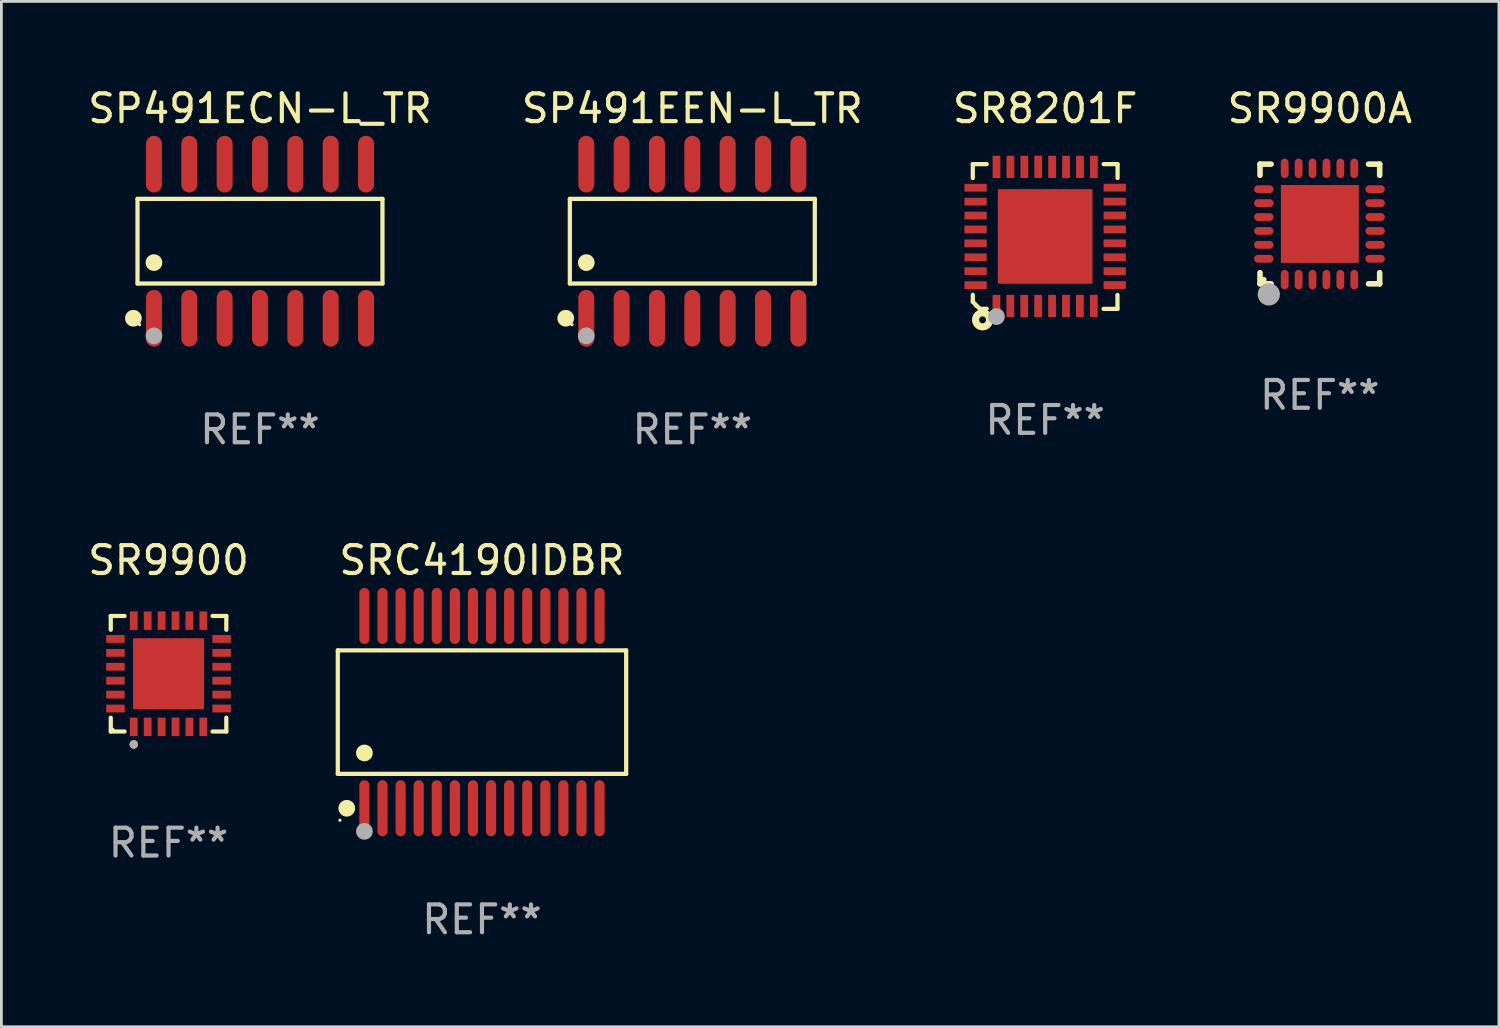
<source format=kicad_pcb>
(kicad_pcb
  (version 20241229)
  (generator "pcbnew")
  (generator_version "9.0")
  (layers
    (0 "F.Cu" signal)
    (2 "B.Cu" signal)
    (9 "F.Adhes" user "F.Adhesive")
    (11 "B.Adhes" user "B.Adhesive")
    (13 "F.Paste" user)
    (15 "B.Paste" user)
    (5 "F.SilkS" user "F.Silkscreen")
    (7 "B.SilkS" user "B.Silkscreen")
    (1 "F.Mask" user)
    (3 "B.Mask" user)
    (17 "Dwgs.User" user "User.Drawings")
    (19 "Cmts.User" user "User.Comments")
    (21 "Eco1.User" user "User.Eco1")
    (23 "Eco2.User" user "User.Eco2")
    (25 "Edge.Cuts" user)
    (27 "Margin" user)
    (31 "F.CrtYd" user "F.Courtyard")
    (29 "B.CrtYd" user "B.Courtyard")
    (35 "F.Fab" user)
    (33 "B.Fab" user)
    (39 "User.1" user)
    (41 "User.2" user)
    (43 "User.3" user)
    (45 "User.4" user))
  (footprint "SP491ECN-L_TR"
    (layer "F.Cu")
    (at 6.292 5.617)
    (property "Reference" "SP491ECN-L_TR" (at 0 -4.769 0) (layer "F.SilkS") (effects (font (size 1 1) (thickness 0.15))))
    (attr through_hole)
    (fp_line (start -4.401 -1.521) (end 4.401 -1.521) (stroke (width 0.152) (type solid)) (layer "F.SilkS"))
    (fp_line (start -4.401 1.521) (end -4.401 -1.521) (stroke (width 0.152) (type solid)) (layer "F.SilkS"))
    (fp_line (start 4.401 -1.521) (end 4.401 1.521) (stroke (width 0.152) (type solid)) (layer "F.SilkS"))
    (fp_line (start 4.401 1.521) (end -4.401 1.521) (stroke (width 0.152) (type solid)) (layer "F.SilkS"))
    (fp_circle (center -4.549 2.769) (end -4.399 2.769) (stroke (width 0.3) (type solid)) (fill no) (layer "F.SilkS"))
    (fp_circle (center -4.325 3) (end -4.295 3) (stroke (width 0.06) (type solid)) (fill no) (layer "F.SilkS"))
    (fp_circle (center -3.81 0.769) (end -3.66 0.769) (stroke (width 0.3) (type solid)) (fill no) (layer "F.SilkS"))
    (fp_circle (center -3.81 3.4) (end -3.66 3.4) (stroke (width 0.3) (type solid)) (fill no) (layer "F.Fab"))
    (fp_text user "REF**" (at 0 6.769 0) (layer "F.Fab") (effects (font (size 1 1) (thickness 0.15))))
    (pad "1" smd oval (at -3.81 2.769) (size 0.574 2.038) (layers "F.Cu" "F.Mask" "F.Paste"))
    (pad "2" smd oval (at -2.54 2.769) (size 0.574 2.038) (layers "F.Cu" "F.Mask" "F.Paste"))
    (pad "3" smd oval (at -1.27 2.769) (size 0.574 2.038) (layers "F.Cu" "F.Mask" "F.Paste"))
    (pad "4" smd oval (at 0 2.769) (size 0.574 2.038) (layers "F.Cu" "F.Mask" "F.Paste"))
    (pad "5" smd oval (at 1.27 2.769) (size 0.574 2.038) (layers "F.Cu" "F.Mask" "F.Paste"))
    (pad "6" smd oval (at 2.54 2.769) (size 0.574 2.038) (layers "F.Cu" "F.Mask" "F.Paste"))
    (pad "7" smd oval (at 3.81 2.769) (size 0.574 2.038) (layers "F.Cu" "F.Mask" "F.Paste"))
    (pad "8" smd oval (at 3.81 -2.769) (size 0.574 2.038) (layers "F.Cu" "F.Mask" "F.Paste"))
    (pad "9" smd oval (at 2.54 -2.769) (size 0.574 2.038) (layers "F.Cu" "F.Mask" "F.Paste"))
    (pad "10" smd oval (at 1.27 -2.769) (size 0.574 2.038) (layers "F.Cu" "F.Mask" "F.Paste"))
    (pad "11" smd oval (at 0 -2.769) (size 0.574 2.038) (layers "F.Cu" "F.Mask" "F.Paste"))
    (pad "12" smd oval (at -1.27 -2.769) (size 0.574 2.038) (layers "F.Cu" "F.Mask" "F.Paste"))
    (pad "13" smd oval (at -2.54 -2.769) (size 0.574 2.038) (layers "F.Cu" "F.Mask" "F.Paste"))
    (pad "14" smd oval (at -3.81 -2.769) (size 0.574 2.038) (layers "F.Cu" "F.Mask" "F.Paste")))
  (footprint "SR9900A"
    (layer "F.Cu")
    (at 44.375 4.998)
    (property "Reference" "SR9900A" (at 0 -4.15 0) (layer "F.SilkS") (effects (font (size 1 1) (thickness 0.15))))
    (attr through_hole)
    (fp_line (start -2.15 -2.15) (end -1.75 -2.15) (stroke (width 0.2) (type solid)) (layer "F.SilkS"))
    (fp_line (start -2.15 -1.75) (end -2.15 -2.15) (stroke (width 0.2) (type solid)) (layer "F.SilkS"))
    (fp_line (start -2.15 2.15) (end -2.15 1.75) (stroke (width 0.2) (type solid)) (layer "F.SilkS"))
    (fp_line (start -1.75 2.15) (end -2.15 2.15) (stroke (width 0.2) (type solid)) (layer "F.SilkS"))
    (fp_line (start 2.15 -2.15) (end 1.75 -2.15) (stroke (width 0.2) (type solid)) (layer "F.SilkS"))
    (fp_line (start 2.15 -1.75) (end 2.15 -2.15) (stroke (width 0.2) (type solid)) (layer "F.SilkS"))
    (fp_line (start 2.15 1.75) (end 2.15 2.15) (stroke (width 0.2) (type solid)) (layer "F.SilkS"))
    (fp_line (start 2.15 2.15) (end 1.75 2.15) (stroke (width 0.2) (type solid)) (layer "F.SilkS"))
    (fp_circle (center -2.013 2) (end -1.963 2) (stroke (width 0.1) (type solid)) (fill no) (layer "F.SilkS"))
    (fp_circle (center -1.833 2.53) (end -1.633 2.53) (stroke (width 0.4) (type solid)) (fill no) (layer "F.Fab"))
    (fp_text user "REF**" (at 0 6.15 0) (layer "F.Fab") (effects (font (size 1 1) (thickness 0.15))))
    (pad "1" smd oval (at -1.263 2 180) (size 0.28 0.7) (layers "F.Cu" "F.Mask" "F.Paste"))
    (pad "2" smd oval (at -0.763 2 180) (size 0.28 0.7) (layers "F.Cu" "F.Mask" "F.Paste"))
    (pad "3" smd oval (at -0.263 2 180) (size 0.28 0.7) (layers "F.Cu" "F.Mask" "F.Paste"))
    (pad "4" smd oval (at 0.237 2 180) (size 0.28 0.7) (layers "F.Cu" "F.Mask" "F.Paste"))
    (pad "5" smd oval (at 0.737 2 180) (size 0.28 0.7) (layers "F.Cu" "F.Mask" "F.Paste"))
    (pad "6" smd oval (at 1.237 2 180) (size 0.28 0.7) (layers "F.Cu" "F.Mask" "F.Paste"))
    (pad "7" smd oval (at 1.987 1.25 90) (size 0.28 0.7) (layers "F.Cu" "F.Mask" "F.Paste"))
    (pad "8" smd oval (at 1.987 0.75 90) (size 0.28 0.7) (layers "F.Cu" "F.Mask" "F.Paste"))
    (pad "9" smd oval (at 1.987 0.25 90) (size 0.28 0.7) (layers "F.Cu" "F.Mask" "F.Paste"))
    (pad "10" smd oval (at 1.987 -0.25 90) (size 0.28 0.7) (layers "F.Cu" "F.Mask" "F.Paste"))
    (pad "11" smd oval (at 1.987 -0.75 90) (size 0.28 0.7) (layers "F.Cu" "F.Mask" "F.Paste"))
    (pad "12" smd oval (at 1.987 -1.25 90) (size 0.28 0.7) (layers "F.Cu" "F.Mask" "F.Paste"))
    (pad "13" smd oval (at 1.237 -2 180) (size 0.28 0.7) (layers "F.Cu" "F.Mask" "F.Paste"))
    (pad "14" smd oval (at 0.737 -2 180) (size 0.28 0.7) (layers "F.Cu" "F.Mask" "F.Paste"))
    (pad "15" smd oval (at 0.237 -2 180) (size 0.28 0.7) (layers "F.Cu" "F.Mask" "F.Paste"))
    (pad "16" smd oval (at -0.263 -2 180) (size 0.28 0.7) (layers "F.Cu" "F.Mask" "F.Paste"))
    (pad "17" smd oval (at -0.763 -2 180) (size 0.28 0.7) (layers "F.Cu" "F.Mask" "F.Paste"))
    (pad "18" smd oval (at -1.263 -2 180) (size 0.28 0.7) (layers "F.Cu" "F.Mask" "F.Paste"))
    (pad "19" smd oval (at -2.013 -1.25 90) (size 0.28 0.7) (layers "F.Cu" "F.Mask" "F.Paste"))
    (pad "20" smd oval (at -2.013 -0.75 90) (size 0.28 0.7) (layers "F.Cu" "F.Mask" "F.Paste"))
    (pad "21" smd oval (at -2.013 -0.25 90) (size 0.28 0.7) (layers "F.Cu" "F.Mask" "F.Paste"))
    (pad "22" smd oval (at -2.013 0.25 90) (size 0.28 0.7) (layers "F.Cu" "F.Mask" "F.Paste"))
    (pad "23" smd oval (at -2.013 0.75 90) (size 0.28 0.7) (layers "F.Cu" "F.Mask" "F.Paste"))
    (pad "24" smd oval (at -2.013 1.25 90) (size 0.28 0.7) (layers "F.Cu" "F.Mask" "F.Paste"))
    (pad "25" smd rect (at -0.000013 0 90) (size 2.8 2.8) (layers "F.Cu" "F.Mask" "F.Paste")))
  (footprint "SRC4190IDBR"
    (layer "F.Cu")
    (at 14.269 22.538)
    (property "Reference" "SRC4190IDBR" (at 0 -5.455 0) (layer "F.SilkS") (effects (font (size 1 1) (thickness 0.15))))
    (attr through_hole)
    (fp_line (start -5.181 -2.219) (end 5.181 -2.219) (stroke (width 0.152) (type solid)) (layer "F.SilkS"))
    (fp_line (start -5.181 2.219) (end -5.181 -2.219) (stroke (width 0.152) (type solid)) (layer "F.SilkS"))
    (fp_line (start 5.181 -2.219) (end 5.181 2.219) (stroke (width 0.152) (type solid)) (layer "F.SilkS"))
    (fp_line (start 5.181 2.219) (end -5.181 2.219) (stroke (width 0.152) (type solid)) (layer "F.SilkS"))
    (fp_circle (center -5.105 3.885) (end -5.075 3.885) (stroke (width 0.06) (type solid)) (fill no) (layer "F.SilkS"))
    (fp_circle (center -4.859 3.455) (end -4.709 3.455) (stroke (width 0.3) (type solid)) (fill no) (layer "F.SilkS"))
    (fp_circle (center -4.225 1.467) (end -4.075 1.467) (stroke (width 0.3) (type solid)) (fill no) (layer "F.SilkS"))
    (fp_circle (center -4.225 4.285) (end -4.075 4.285) (stroke (width 0.3) (type solid)) (fill no) (layer "F.Fab"))
    (fp_text user "REF**" (at 0 7.455 0) (layer "F.Fab") (effects (font (size 1 1) (thickness 0.15))))
    (pad "1" smd oval (at -4.225 3.455) (size 0.364 2.015) (layers "F.Cu" "F.Mask" "F.Paste"))
    (pad "2" smd oval (at -3.575 3.455) (size 0.364 2.015) (layers "F.Cu" "F.Mask" "F.Paste"))
    (pad "3" smd oval (at -2.925 3.455) (size 0.364 2.015) (layers "F.Cu" "F.Mask" "F.Paste"))
    (pad "4" smd oval (at -2.275 3.455) (size 0.364 2.015) (layers "F.Cu" "F.Mask" "F.Paste"))
    (pad "5" smd oval (at -1.625 3.455) (size 0.364 2.015) (layers "F.Cu" "F.Mask" "F.Paste"))
    (pad "6" smd oval (at -0.975 3.455) (size 0.364 2.015) (layers "F.Cu" "F.Mask" "F.Paste"))
    (pad "7" smd oval (at -0.325 3.455) (size 0.364 2.015) (layers "F.Cu" "F.Mask" "F.Paste"))
    (pad "8" smd oval (at 0.325 3.455) (size 0.364 2.015) (layers "F.Cu" "F.Mask" "F.Paste"))
    (pad "9" smd oval (at 0.975 3.455) (size 0.364 2.015) (layers "F.Cu" "F.Mask" "F.Paste"))
    (pad "10" smd oval (at 1.625 3.455) (size 0.364 2.015) (layers "F.Cu" "F.Mask" "F.Paste"))
    (pad "11" smd oval (at 2.275 3.455) (size 0.364 2.015) (layers "F.Cu" "F.Mask" "F.Paste"))
    (pad "12" smd oval (at 2.925 3.455) (size 0.364 2.015) (layers "F.Cu" "F.Mask" "F.Paste"))
    (pad "13" smd oval (at 3.575 3.455) (size 0.364 2.015) (layers "F.Cu" "F.Mask" "F.Paste"))
    (pad "14" smd oval (at 4.225 3.455) (size 0.364 2.015) (layers "F.Cu" "F.Mask" "F.Paste"))
    (pad "15" smd oval (at 4.225 -3.455) (size 0.364 2.015) (layers "F.Cu" "F.Mask" "F.Paste"))
    (pad "16" smd oval (at 3.575 -3.455) (size 0.364 2.015) (layers "F.Cu" "F.Mask" "F.Paste"))
    (pad "17" smd oval (at 2.925 -3.455) (size 0.364 2.015) (layers "F.Cu" "F.Mask" "F.Paste"))
    (pad "18" smd oval (at 2.275 -3.455) (size 0.364 2.015) (layers "F.Cu" "F.Mask" "F.Paste"))
    (pad "19" smd oval (at 1.625 -3.455) (size 0.364 2.015) (layers "F.Cu" "F.Mask" "F.Paste"))
    (pad "20" smd oval (at 0.975 -3.455) (size 0.364 2.015) (layers "F.Cu" "F.Mask" "F.Paste"))
    (pad "21" smd oval (at 0.325 -3.455) (size 0.364 2.015) (layers "F.Cu" "F.Mask" "F.Paste"))
    (pad "22" smd oval (at -0.325 -3.455) (size 0.364 2.015) (layers "F.Cu" "F.Mask" "F.Paste"))
    (pad "23" smd oval (at -0.975 -3.455) (size 0.364 2.015) (layers "F.Cu" "F.Mask" "F.Paste"))
    (pad "24" smd oval (at -1.625 -3.455) (size 0.364 2.015) (layers "F.Cu" "F.Mask" "F.Paste"))
    (pad "25" smd oval (at -2.275 -3.455) (size 0.364 2.015) (layers "F.Cu" "F.Mask" "F.Paste"))
    (pad "26" smd oval (at -2.925 -3.455) (size 0.364 2.015) (layers "F.Cu" "F.Mask" "F.Paste"))
    (pad "27" smd oval (at -3.575 -3.455) (size 0.364 2.015) (layers "F.Cu" "F.Mask" "F.Paste"))
    (pad "28" smd oval (at -4.225 -3.455) (size 0.364 2.015) (layers "F.Cu" "F.Mask" "F.Paste")))
  (footprint "SP491EEN-L_TR"
    (layer "F.Cu")
    (at 21.827 5.617)
    (property "Reference" "SP491EEN-L_TR" (at 0 -4.769 0) (layer "F.SilkS") (effects (font (size 1 1) (thickness 0.15))))
    (attr through_hole)
    (fp_line (start -4.401 -1.521) (end 4.401 -1.521) (stroke (width 0.152) (type solid)) (layer "F.SilkS"))
    (fp_line (start -4.401 1.521) (end -4.401 -1.521) (stroke (width 0.152) (type solid)) (layer "F.SilkS"))
    (fp_line (start 4.401 -1.521) (end 4.401 1.521) (stroke (width 0.152) (type solid)) (layer "F.SilkS"))
    (fp_line (start 4.401 1.521) (end -4.401 1.521) (stroke (width 0.152) (type solid)) (layer "F.SilkS"))
    (fp_circle (center -4.549 2.769) (end -4.399 2.769) (stroke (width 0.3) (type solid)) (fill no) (layer "F.SilkS"))
    (fp_circle (center -4.325 3) (end -4.295 3) (stroke (width 0.06) (type solid)) (fill no) (layer "F.SilkS"))
    (fp_circle (center -3.81 0.769) (end -3.66 0.769) (stroke (width 0.3) (type solid)) (fill no) (layer "F.SilkS"))
    (fp_circle (center -3.81 3.4) (end -3.66 3.4) (stroke (width 0.3) (type solid)) (fill no) (layer "F.Fab"))
    (fp_text user "REF**" (at 0 6.769 0) (layer "F.Fab") (effects (font (size 1 1) (thickness 0.15))))
    (pad "1" smd oval (at -3.81 2.769) (size 0.574 2.038) (layers "F.Cu" "F.Mask" "F.Paste"))
    (pad "2" smd oval (at -2.54 2.769) (size 0.574 2.038) (layers "F.Cu" "F.Mask" "F.Paste"))
    (pad "3" smd oval (at -1.27 2.769) (size 0.574 2.038) (layers "F.Cu" "F.Mask" "F.Paste"))
    (pad "4" smd oval (at 0 2.769) (size 0.574 2.038) (layers "F.Cu" "F.Mask" "F.Paste"))
    (pad "5" smd oval (at 1.27 2.769) (size 0.574 2.038) (layers "F.Cu" "F.Mask" "F.Paste"))
    (pad "6" smd oval (at 2.54 2.769) (size 0.574 2.038) (layers "F.Cu" "F.Mask" "F.Paste"))
    (pad "7" smd oval (at 3.81 2.769) (size 0.574 2.038) (layers "F.Cu" "F.Mask" "F.Paste"))
    (pad "8" smd oval (at 3.81 -2.769) (size 0.574 2.038) (layers "F.Cu" "F.Mask" "F.Paste"))
    (pad "9" smd oval (at 2.54 -2.769) (size 0.574 2.038) (layers "F.Cu" "F.Mask" "F.Paste"))
    (pad "10" smd oval (at 1.27 -2.769) (size 0.574 2.038) (layers "F.Cu" "F.Mask" "F.Paste"))
    (pad "11" smd oval (at 0 -2.769) (size 0.574 2.038) (layers "F.Cu" "F.Mask" "F.Paste"))
    (pad "12" smd oval (at -1.27 -2.769) (size 0.574 2.038) (layers "F.Cu" "F.Mask" "F.Paste"))
    (pad "13" smd oval (at -2.54 -2.769) (size 0.574 2.038) (layers "F.Cu" "F.Mask" "F.Paste"))
    (pad "14" smd oval (at -3.81 -2.769) (size 0.574 2.038) (layers "F.Cu" "F.Mask" "F.Paste")))
  (footprint "SR8201F"
    (layer "F.Cu")
    (at 34.506 5.448)
    (property "Reference" "SR8201F" (at 0 -4.6 0) (layer "F.SilkS") (effects (font (size 1 1) (thickness 0.15))))
    (attr through_hole)
    (fp_line (start -2.601 2.097) (end -2.601 2.347) (stroke (width 0.152) (type solid)) (layer "F.SilkS"))
    (fp_line (start -2.601 2.347) (end -2.351 2.597) (stroke (width 0.152) (type solid)) (layer "F.SilkS"))
    (fp_line (start -2.601 -2.6) (end -2.601 -2.1) (stroke (width 0.152) (type solid)) (layer "F.SilkS"))
    (fp_line (start -2.601 -2.6) (end -2.101 -2.6) (stroke (width 0.152) (type solid)) (layer "F.SilkS"))
    (fp_line (start -2.351 2.597) (end -2.101 2.597) (stroke (width 0.152) (type solid)) (layer "F.SilkS"))
    (fp_line (start 2.597 2.6) (end 2.097 2.6) (stroke (width 0.152) (type solid)) (layer "F.SilkS"))
    (fp_line (start 2.597 2.6) (end 2.597 2.1) (stroke (width 0.152) (type solid)) (layer "F.SilkS"))
    (fp_line (start 2.601 -2.6) (end 2.101 -2.6) (stroke (width 0.152) (type solid)) (layer "F.SilkS"))
    (fp_line (start 2.601 -2.6) (end 2.601 -2.1) (stroke (width 0.152) (type solid)) (layer "F.SilkS"))
    (fp_circle (center -2.501 2.497) (end -2.471 2.497) (stroke (width 0.06) (type solid)) (fill no) (layer "F.SilkS"))
    (fp_circle (center -2.25 2.995) (end -2.125 2.995) (stroke (width 0.254) (type solid)) (fill no) (layer "F.SilkS"))
    (fp_circle (center -1.751 2.878) (end -1.601 2.878) (stroke (width 0.3) (type solid)) (fill no) (layer "F.Fab"))
    (fp_text user "REF**" (at 0 6.6 0) (layer "F.Fab") (effects (font (size 1 1) (thickness 0.15))))
    (pad "1" smd rect (at -1.751 2.497) (size 0.28 0.8) (layers "F.Cu" "F.Mask" "F.Paste"))
    (pad "2" smd rect (at -1.253 2.497) (size 0.28 0.8) (layers "F.Cu" "F.Mask" "F.Paste"))
    (pad "3" smd rect (at -0.753 2.497) (size 0.28 0.8) (layers "F.Cu" "F.Mask" "F.Paste"))
    (pad "4" smd rect (at -0.253 2.497) (size 0.28 0.8) (layers "F.Cu" "F.Mask" "F.Paste"))
    (pad "5" smd rect (at 0.247 2.497) (size 0.28 0.8) (layers "F.Cu" "F.Mask" "F.Paste"))
    (pad "6" smd rect (at 0.747 2.497) (size 0.28 0.8) (layers "F.Cu" "F.Mask" "F.Paste"))
    (pad "7" smd rect (at 1.247 2.497) (size 0.28 0.8) (layers "F.Cu" "F.Mask" "F.Paste"))
    (pad "8" smd rect (at 1.747 2.497) (size 0.28 0.8) (layers "F.Cu" "F.Mask" "F.Paste"))
    (pad "9" smd rect (at 2.499 1.746) (size 0.8 0.28) (layers "F.Cu" "F.Mask" "F.Paste"))
    (pad "10" smd rect (at 2.499 1.245) (size 0.8 0.28) (layers "F.Cu" "F.Mask" "F.Paste"))
    (pad "11" smd rect (at 2.499 0.746) (size 0.8 0.28) (layers "F.Cu" "F.Mask" "F.Paste"))
    (pad "12" smd rect (at 2.499 0.245) (size 0.8 0.28) (layers "F.Cu" "F.Mask" "F.Paste"))
    (pad "13" smd rect (at 2.499 -0.254) (size 0.8 0.28) (layers "F.Cu" "F.Mask" "F.Paste"))
    (pad "14" smd rect (at 2.499 -0.755) (size 0.8 0.28) (layers "F.Cu" "F.Mask" "F.Paste"))
    (pad "15" smd rect (at 2.499 -1.254) (size 0.8 0.28) (layers "F.Cu" "F.Mask" "F.Paste"))
    (pad "16" smd rect (at 2.499 -1.755) (size 0.8 0.28) (layers "F.Cu" "F.Mask" "F.Paste"))
    (pad "17" smd rect (at 1.75 -2.502) (size 0.28 0.8) (layers "F.Cu" "F.Mask" "F.Paste"))
    (pad "18" smd rect (at 1.25 -2.502) (size 0.28 0.8) (layers "F.Cu" "F.Mask" "F.Paste"))
    (pad "19" smd rect (at 0.75 -2.502) (size 0.28 0.8) (layers "F.Cu" "F.Mask" "F.Paste"))
    (pad "20" smd rect (at 0.25 -2.502) (size 0.28 0.8) (layers "F.Cu" "F.Mask" "F.Paste"))
    (pad "21" smd rect (at -0.25 -2.502) (size 0.28 0.8) (layers "F.Cu" "F.Mask" "F.Paste"))
    (pad "22" smd rect (at -0.75 -2.502) (size 0.28 0.8) (layers "F.Cu" "F.Mask" "F.Paste"))
    (pad "23" smd rect (at -1.25 -2.502) (size 0.28 0.8) (layers "F.Cu" "F.Mask" "F.Paste"))
    (pad "24" smd rect (at -1.75 -2.502) (size 0.28 0.8) (layers "F.Cu" "F.Mask" "F.Paste"))
    (pad "25" smd rect (at -2.501 -1.753) (size 0.8 0.28) (layers "F.Cu" "F.Mask" "F.Paste"))
    (pad "26" smd rect (at -2.501 -1.252) (size 0.8 0.28) (layers "F.Cu" "F.Mask" "F.Paste"))
    (pad "27" smd rect (at -2.501 -0.753) (size 0.8 0.28) (layers "F.Cu" "F.Mask" "F.Paste"))
    (pad "28" smd rect (at -2.501 -0.252) (size 0.8 0.28) (layers "F.Cu" "F.Mask" "F.Paste"))
    (pad "29" smd rect (at -2.501 0.247) (size 0.8 0.28) (layers "F.Cu" "F.Mask" "F.Paste"))
    (pad "30" smd rect (at -2.501 0.748) (size 0.8 0.28) (layers "F.Cu" "F.Mask" "F.Paste"))
    (pad "31" smd rect (at -2.501 1.247) (size 0.8 0.28) (layers "F.Cu" "F.Mask" "F.Paste"))
    (pad "32" smd rect (at -2.501 1.748) (size 0.8 0.28) (layers "F.Cu" "F.Mask" "F.Paste"))
    (pad "33" smd rect (at -0.001 -0.003 180) (size 3.4 3.4) (layers "F.Cu" "F.Mask" "F.Paste")))
  (footprint "SR9900"
    (layer "F.Cu")
    (at 3.006 21.159)
    (property "Reference" "SR9900" (at 0 -4.076 0) (layer "F.SilkS") (effects (font (size 1 1) (thickness 0.15))))
    (attr through_hole)
    (fp_line (start -2.076 -2.076) (end -1.58 -2.076) (stroke (width 0.152) (type solid)) (layer "F.SilkS"))
    (fp_line (start -2.076 -1.58) (end -2.076 -2.076) (stroke (width 0.152) (type solid)) (layer "F.SilkS"))
    (fp_line (start -2.076 1.58) (end -2.076 2.076) (stroke (width 0.152) (type solid)) (layer "F.SilkS"))
    (fp_line (start -2.076 2.076) (end -1.58 2.076) (stroke (width 0.152) (type solid)) (layer "F.SilkS"))
    (fp_line (start 2.076 -2.076) (end 1.58 -2.076) (stroke (width 0.152) (type solid)) (layer "F.SilkS"))
    (fp_line (start 2.076 -1.58) (end 2.076 -2.076) (stroke (width 0.152) (type solid)) (layer "F.SilkS"))
    (fp_line (start 2.076 1.58) (end 2.076 2.076) (stroke (width 0.152) (type solid)) (layer "F.SilkS"))
    (fp_line (start 2.076 2.076) (end 1.58 2.076) (stroke (width 0.152) (type solid)) (layer "F.SilkS"))
    (fp_circle (center -2 2) (end -1.97 2) (stroke (width 0.06) (type solid)) (fill no) (layer "F.SilkS"))
    (fp_circle (center -1.25 2.54) (end -1.175 2.54) (stroke (width 0.15) (type solid)) (fill no) (layer "F.SilkS"))
    (fp_circle (center -1.25 2.54) (end -1.175 2.54) (stroke (width 0.15) (type solid)) (fill no) (layer "F.Fab"))
    (fp_text user "REF**" (at 0 6.076 0) (layer "F.Fab") (effects (font (size 1 1) (thickness 0.15))))
    (pad "1" smd rect (at -1.25 1.908) (size 0.28 0.665) (layers "F.Cu" "F.Mask" "F.Paste"))
    (pad "2" smd rect (at -0.75 1.908) (size 0.28 0.665) (layers "F.Cu" "F.Mask" "F.Paste"))
    (pad "3" smd rect (at -0.25 1.908) (size 0.28 0.665) (layers "F.Cu" "F.Mask" "F.Paste"))
    (pad "4" smd rect (at 0.25 1.908) (size 0.28 0.665) (layers "F.Cu" "F.Mask" "F.Paste"))
    (pad "5" smd rect (at 0.75 1.908) (size 0.28 0.665) (layers "F.Cu" "F.Mask" "F.Paste"))
    (pad "6" smd rect (at 1.25 1.908) (size 0.28 0.665) (layers "F.Cu" "F.Mask" "F.Paste"))
    (pad "7" smd rect (at 1.908 1.25) (size 0.665 0.28) (layers "F.Cu" "F.Mask" "F.Paste"))
    (pad "8" smd rect (at 1.908 0.75) (size 0.665 0.28) (layers "F.Cu" "F.Mask" "F.Paste"))
    (pad "9" smd rect (at 1.908 0.25) (size 0.665 0.28) (layers "F.Cu" "F.Mask" "F.Paste"))
    (pad "10" smd rect (at 1.908 -0.25) (size 0.665 0.28) (layers "F.Cu" "F.Mask" "F.Paste"))
    (pad "11" smd rect (at 1.908 -0.75) (size 0.665 0.28) (layers "F.Cu" "F.Mask" "F.Paste"))
    (pad "12" smd rect (at 1.908 -1.25) (size 0.665 0.28) (layers "F.Cu" "F.Mask" "F.Paste"))
    (pad "13" smd rect (at 1.25 -1.908) (size 0.28 0.665) (layers "F.Cu" "F.Mask" "F.Paste"))
    (pad "14" smd rect (at 0.75 -1.908) (size 0.28 0.665) (layers "F.Cu" "F.Mask" "F.Paste"))
    (pad "15" smd rect (at 0.25 -1.908) (size 0.28 0.665) (layers "F.Cu" "F.Mask" "F.Paste"))
    (pad "16" smd rect (at -0.25 -1.908) (size 0.28 0.665) (layers "F.Cu" "F.Mask" "F.Paste"))
    (pad "17" smd rect (at -0.75 -1.908) (size 0.28 0.665) (layers "F.Cu" "F.Mask" "F.Paste"))
    (pad "18" smd rect (at -1.25 -1.908) (size 0.28 0.665) (layers "F.Cu" "F.Mask" "F.Paste"))
    (pad "19" smd rect (at -1.908 -1.25) (size 0.665 0.28) (layers "F.Cu" "F.Mask" "F.Paste"))
    (pad "20" smd rect (at -1.908 -0.75) (size 0.665 0.28) (layers "F.Cu" "F.Mask" "F.Paste"))
    (pad "21" smd rect (at -1.908 -0.25) (size 0.665 0.28) (layers "F.Cu" "F.Mask" "F.Paste"))
    (pad "22" smd rect (at -1.908 0.25) (size 0.665 0.28) (layers "F.Cu" "F.Mask" "F.Paste"))
    (pad "23" smd rect (at -1.908 0.75) (size 0.665 0.28) (layers "F.Cu" "F.Mask" "F.Paste"))
    (pad "24" smd rect (at -1.908 1.25) (size 0.665 0.28) (layers "F.Cu" "F.Mask" "F.Paste"))
    (pad "25" smd rect (at 0 0) (size 2.55 2.55) (layers "F.Cu" "F.Mask" "F.Paste")))
  (gr_rect
    (start -3 -3)
    (end 50.81 33.842)
    (stroke (width 0.1) (type default))
    (fill no)
    (layer "Edge.Cuts")))
</source>
